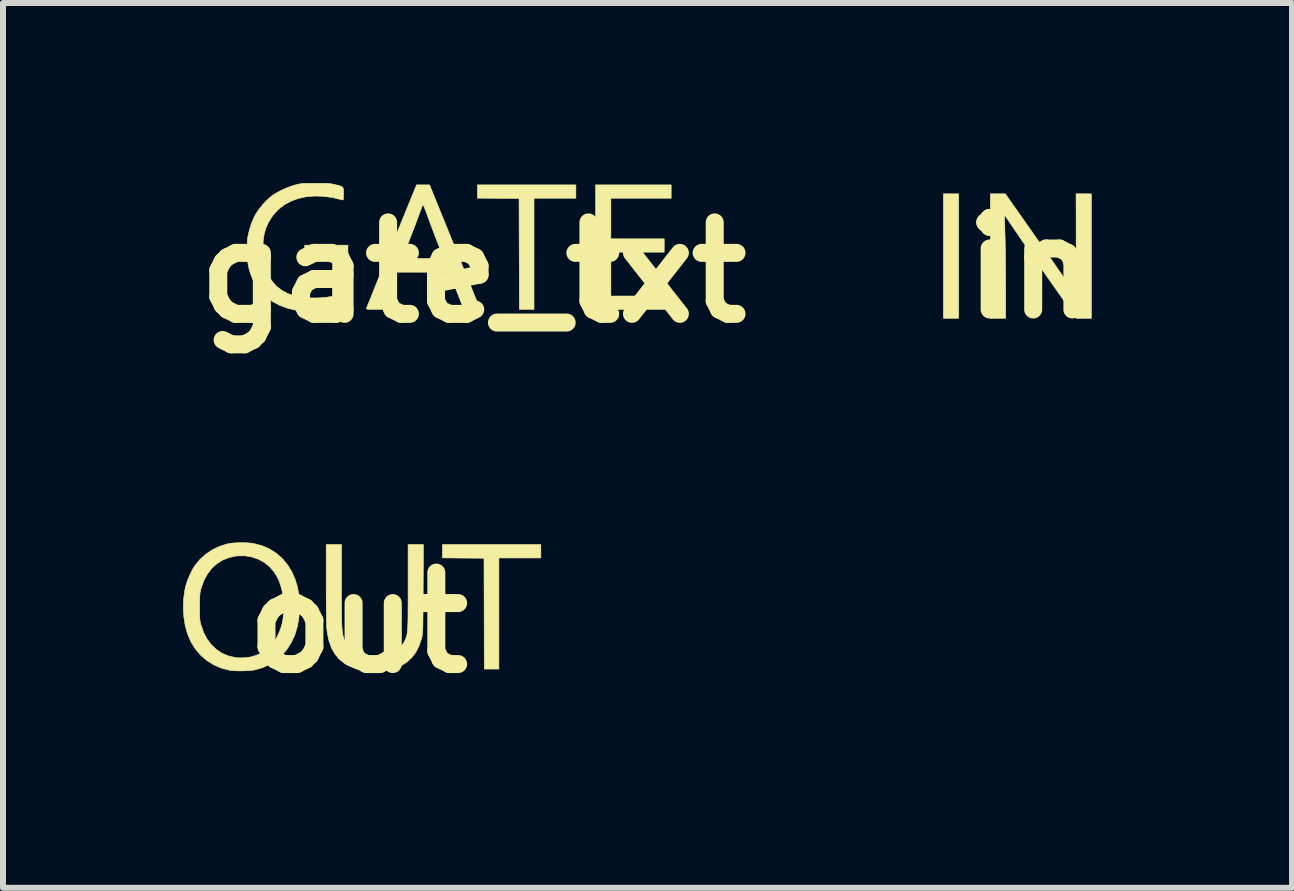
<source format=kicad_pcb>
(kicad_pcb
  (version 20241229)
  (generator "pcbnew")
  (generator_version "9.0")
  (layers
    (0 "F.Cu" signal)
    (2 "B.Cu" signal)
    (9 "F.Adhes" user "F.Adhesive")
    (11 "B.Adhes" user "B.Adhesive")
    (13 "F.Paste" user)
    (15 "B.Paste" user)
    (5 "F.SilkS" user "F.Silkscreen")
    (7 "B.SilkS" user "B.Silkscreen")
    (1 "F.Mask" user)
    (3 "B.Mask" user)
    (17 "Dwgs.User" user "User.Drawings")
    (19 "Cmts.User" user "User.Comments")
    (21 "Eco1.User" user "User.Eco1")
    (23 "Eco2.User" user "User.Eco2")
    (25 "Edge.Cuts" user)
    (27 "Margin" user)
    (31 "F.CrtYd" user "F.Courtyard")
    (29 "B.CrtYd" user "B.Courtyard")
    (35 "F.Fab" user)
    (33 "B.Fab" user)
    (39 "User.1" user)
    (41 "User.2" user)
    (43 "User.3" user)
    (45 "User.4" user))
  (footprint "in"
    (layer "F.Cu")
    (at 14.132 1.418)
    (property "Reference" "in" (at 0 0 0) (layer "F.SilkS") (effects (font (size 1.524 1.524) (thickness 0.3))))
    (attr through_hole)
    (fp_poly (pts (xy -1.206 0.836) (xy -1.46 0.836) (xy -1.46 -1.238) (xy -1.206 -1.238) (xy -1.206 0.836)) (stroke (width 0.01) (type solid)) (fill yes) (layer "F.SilkS"))
    (fp_poly (pts (xy 1.005 0.836) (xy 0.756 0.836) (xy 0.333 0.236) (xy 0.256 0.126) (xy 0.178 0.015) (xy 0.101 -0.095) (xy 0.026 -0.203) (xy -0.045 -0.305) (xy -0.11 -0.4) (xy -0.168 -0.485) (xy -0.218 -0.558) (xy -0.258 -0.616) (xy -0.264 -0.626) (xy -0.308 -0.692) (xy -0.349 -0.751) (xy -0.383 -0.802) (xy -0.411 -0.843) (xy -0.431 -0.871) (xy -0.441 -0.884) (xy -0.442 -0.885) (xy -0.442 -0.874) (xy -0.442 -0.844) (xy -0.441 -0.799) (xy -0.439 -0.741) (xy -0.437 -0.671) (xy -0.435 -0.594) (xy -0.434 -0.57) (xy -0.432 -0.495) (xy -0.43 -0.402) (xy -0.428 -0.295) (xy -0.426 -0.179) (xy -0.425 -0.056) (xy -0.424 0.069) (xy -0.424 0.192) (xy -0.423 0.288) (xy -0.423 0.836) (xy -0.677 0.836) (xy -0.677 -1.238) (xy -0.429 -1.238) (xy 0.005 -0.622) (xy 0.082 -0.512) (xy 0.16 -0.401) (xy 0.236 -0.291) (xy 0.311 -0.184) (xy 0.381 -0.083) (xy 0.446 0.011) (xy 0.503 0.094) (xy 0.552 0.166) (xy 0.591 0.223) (xy 0.602 0.241) (xy 0.645 0.304) (xy 0.683 0.361) (xy 0.717 0.41) (xy 0.743 0.448) (xy 0.761 0.473) (xy 0.769 0.483) (xy 0.769 0.483) (xy 0.77 0.472) (xy 0.77 0.442) (xy 0.769 0.398) (xy 0.767 0.341) (xy 0.764 0.274) (xy 0.762 0.221) (xy 0.76 0.16) (xy 0.758 0.081) (xy 0.757 -0.014) (xy 0.755 -0.12) (xy 0.754 -0.234) (xy 0.753 -0.354) (xy 0.752 -0.477) (xy 0.752 -0.599) (xy 0.752 -0.638) (xy 0.751 -1.238) (xy 1.005 -1.238) (xy 1.005 0.836)) (stroke (width 0.01) (type solid)) (fill yes) (layer "F.SilkS")))
  (footprint "out"
    (layer "F.Cu")
    (at 2.915 7.327)
    (property "Reference" "out" (at 0 0 0) (layer "F.SilkS") (effects (font (size 1.524 1.524) (thickness 0.3))))
    (attr through_hole)
    (fp_poly (pts (xy 3.048 -1.079) (xy 2.349 -1.079) (xy 2.349 0.773) (xy 2.106 0.773) (xy 2.101 -1.074) (xy 1.754 -1.077) (xy 1.408 -1.08) (xy 1.408 -1.302) (xy 3.048 -1.302) (xy 3.048 -1.079)) (stroke (width 0.01) (type solid)) (fill yes) (layer "F.SilkS"))
    (fp_poly (pts (xy -0.275 -0.611) (xy -0.275 -0.462) (xy -0.274 -0.332) (xy -0.274 -0.219) (xy -0.273 -0.123) (xy -0.271 -0.042) (xy -0.269 0.027) (xy -0.266 0.084) (xy -0.262 0.131) (xy -0.257 0.171) (xy -0.251 0.205) (xy -0.244 0.233) (xy -0.236 0.259) (xy -0.226 0.283) (xy -0.215 0.308) (xy -0.21 0.317) (xy -0.159 0.398) (xy -0.091 0.467) (xy -0.011 0.523) (xy 0.08 0.562) (xy 0.116 0.572) (xy 0.171 0.58) (xy 0.237 0.585) (xy 0.309 0.585) (xy 0.378 0.581) (xy 0.437 0.572) (xy 0.46 0.567) (xy 0.56 0.529) (xy 0.645 0.476) (xy 0.714 0.408) (xy 0.768 0.326) (xy 0.772 0.319) (xy 0.784 0.295) (xy 0.794 0.273) (xy 0.803 0.25) (xy 0.811 0.226) (xy 0.817 0.199) (xy 0.822 0.167) (xy 0.826 0.129) (xy 0.829 0.082) (xy 0.832 0.026) (xy 0.834 -0.042) (xy 0.835 -0.123) (xy 0.835 -0.219) (xy 0.836 -0.331) (xy 0.836 -0.461) (xy 0.836 -0.59) (xy 0.836 -1.302) (xy 1.091 -1.302) (xy 1.087 -0.564) (xy 1.087 -0.42) (xy 1.086 -0.297) (xy 1.085 -0.191) (xy 1.084 -0.101) (xy 1.083 -0.026) (xy 1.082 0.036) (xy 1.081 0.086) (xy 1.079 0.127) (xy 1.077 0.16) (xy 1.075 0.187) (xy 1.072 0.208) (xy 1.069 0.227) (xy 1.065 0.244) (xy 1.061 0.26) (xy 1.02 0.384) (xy 0.966 0.491) (xy 0.898 0.582) (xy 0.816 0.657) (xy 0.72 0.717) (xy 0.609 0.762) (xy 0.499 0.789) (xy 0.453 0.796) (xy 0.392 0.8) (xy 0.321 0.802) (xy 0.247 0.803) (xy 0.176 0.801) (xy 0.114 0.798) (xy 0.067 0.793) (xy 0.008 0.779) (xy -0.06 0.757) (xy -0.128 0.73) (xy -0.188 0.701) (xy -0.221 0.681) (xy -0.308 0.611) (xy -0.381 0.525) (xy -0.438 0.425) (xy -0.481 0.309) (xy -0.509 0.177) (xy -0.519 0.101) (xy -0.521 0.069) (xy -0.522 0.018) (xy -0.524 -0.049) (xy -0.525 -0.131) (xy -0.527 -0.225) (xy -0.528 -0.328) (xy -0.528 -0.439) (xy -0.529 -0.555) (xy -0.529 -0.659) (xy -0.529 -1.302) (xy -0.275 -1.302) (xy -0.275 -0.611)) (stroke (width 0.01) (type solid)) (fill yes) (layer "F.SilkS"))
    (fp_poly (pts (xy -1.851 -1.331) (xy -1.777 -1.325) (xy -1.734 -1.318) (xy -1.597 -1.282) (xy -1.472 -1.228) (xy -1.359 -1.156) (xy -1.26 -1.069) (xy -1.173 -0.964) (xy -1.1 -0.844) (xy -1.096 -0.835) (xy -1.045 -0.719) (xy -1.009 -0.599) (xy -0.986 -0.472) (xy -0.975 -0.333) (xy -0.974 -0.265) (xy -0.982 -0.098) (xy -1.008 0.057) (xy -1.05 0.2) (xy -1.11 0.33) (xy -1.186 0.448) (xy -1.248 0.521) (xy -1.349 0.614) (xy -1.462 0.689) (xy -1.584 0.747) (xy -1.715 0.786) (xy -1.733 0.789) (xy -1.782 0.796) (xy -1.845 0.8) (xy -1.916 0.803) (xy -1.989 0.803) (xy -2.057 0.801) (xy -2.115 0.796) (xy -2.143 0.792) (xy -2.277 0.757) (xy -2.401 0.703) (xy -2.516 0.632) (xy -2.618 0.544) (xy -2.706 0.442) (xy -2.78 0.325) (xy -2.787 0.309) (xy -2.84 0.185) (xy -2.878 0.049) (xy -2.901 -0.096) (xy -2.91 -0.246) (xy -2.91 -0.265) (xy -2.639 -0.265) (xy -2.639 -0.188) (xy -2.638 -0.129) (xy -2.637 -0.083) (xy -2.633 -0.047) (xy -2.629 -0.015) (xy -2.622 0.015) (xy -2.616 0.036) (xy -2.572 0.163) (xy -2.514 0.274) (xy -2.442 0.369) (xy -2.358 0.448) (xy -2.263 0.511) (xy -2.155 0.555) (xy -2.037 0.582) (xy -2.033 0.583) (xy -1.968 0.587) (xy -1.894 0.585) (xy -1.819 0.577) (xy -1.758 0.565) (xy -1.651 0.527) (xy -1.552 0.47) (xy -1.464 0.397) (xy -1.425 0.355) (xy -1.395 0.317) (xy -1.368 0.274) (xy -1.34 0.22) (xy -1.335 0.21) (xy -1.299 0.128) (xy -1.272 0.051) (xy -1.254 -0.028) (xy -1.242 -0.117) (xy -1.239 -0.154) (xy -1.235 -0.3) (xy -1.246 -0.441) (xy -1.273 -0.574) (xy -1.314 -0.697) (xy -1.339 -0.751) (xy -1.4 -0.851) (xy -1.476 -0.936) (xy -1.565 -1.007) (xy -1.664 -1.06) (xy -1.773 -1.097) (xy -1.888 -1.115) (xy -2.008 -1.113) (xy -2.031 -1.111) (xy -2.148 -1.086) (xy -2.255 -1.044) (xy -2.351 -0.983) (xy -2.436 -0.906) (xy -2.508 -0.812) (xy -2.567 -0.703) (xy -2.612 -0.578) (xy -2.617 -0.563) (xy -2.624 -0.532) (xy -2.63 -0.501) (xy -2.634 -0.467) (xy -2.637 -0.426) (xy -2.639 -0.373) (xy -2.639 -0.305) (xy -2.639 -0.265) (xy -2.91 -0.265) (xy -2.905 -0.398) (xy -2.884 -0.547) (xy -2.867 -0.619) (xy -2.848 -0.683) (xy -2.819 -0.755) (xy -2.786 -0.828) (xy -2.752 -0.895) (xy -2.721 -0.946) (xy -2.638 -1.048) (xy -2.539 -1.138) (xy -2.429 -1.213) (xy -2.308 -1.271) (xy -2.181 -1.312) (xy -2.157 -1.317) (xy -2.094 -1.326) (xy -2.017 -1.331) (xy -1.934 -1.333) (xy -1.851 -1.331)) (stroke (width 0.01) (type solid)) (fill yes) (layer "F.SilkS")))
  (footprint "gate_txt"
    (layer "F.Cu")
    (at 4.833 1.491)
    (property "Reference" "gate_txt" (at 0 0 0) (layer "F.SilkS") (effects (font (size 1.524 1.524) (thickness 0.3))))
    (attr through_hole)
    (fp_poly (pts (xy 1.714 -1.238) (xy 1.016 -1.238) (xy 1.016 0.614) (xy 0.773 0.614) (xy 0.77 -0.31) (xy 0.767 -1.233) (xy 0.421 -1.236) (xy 0.074 -1.239) (xy 0.074 -1.46) (xy 1.714 -1.46) (xy 1.714 -1.238)) (stroke (width 0.01) (type solid)) (fill yes) (layer "F.SilkS"))
    (fp_poly (pts (xy 3.302 -1.238) (xy 2.297 -1.238) (xy 2.297 -0.561) (xy 3.186 -0.561) (xy 3.186 -0.339) (xy 2.297 -0.339) (xy 2.297 0.392) (xy 3.355 0.392) (xy 3.355 0.614) (xy 2.043 0.614) (xy 2.043 -1.46) (xy 3.302 -1.46) (xy 3.302 -1.238)) (stroke (width 0.01) (type solid)) (fill yes) (layer "F.SilkS"))
    (fp_poly (pts (xy -0.725 -1.46) (xy -0.307 -0.433) (xy -0.25 -0.293) (xy -0.195 -0.158) (xy -0.143 -0.03) (xy -0.094 0.09) (xy -0.049 0.2) (xy -0.008 0.3) (xy 0.027 0.388) (xy 0.058 0.463) (xy 0.082 0.523) (xy 0.1 0.568) (xy 0.111 0.595) (xy 0.115 0.604) (xy 0.106 0.608) (xy 0.079 0.611) (xy 0.035 0.613) (xy -0.018 0.613) (xy -0.153 0.613) (xy -0.276 0.304) (xy -0.398 -0.005) (xy -1.273 -0.005) (xy -1.395 0.304) (xy -1.517 0.614) (xy -1.649 0.614) (xy -1.703 0.614) (xy -1.74 0.613) (xy -1.763 0.61) (xy -1.774 0.606) (xy -1.776 0.6) (xy -1.775 0.595) (xy -1.771 0.584) (xy -1.759 0.554) (xy -1.741 0.508) (xy -1.716 0.448) (xy -1.686 0.374) (xy -1.652 0.288) (xy -1.613 0.192) (xy -1.571 0.088) (xy -1.526 -0.022) (xy -1.479 -0.138) (xy -1.437 -0.242) (xy -1.175 -0.242) (xy -1.165 -0.24) (xy -1.135 -0.238) (xy -1.089 -0.236) (xy -1.027 -0.234) (xy -0.953 -0.233) (xy -0.868 -0.233) (xy -0.835 -0.233) (xy -0.495 -0.233) (xy -0.5 -0.257) (xy -0.505 -0.273) (xy -0.517 -0.306) (xy -0.535 -0.352) (xy -0.556 -0.41) (xy -0.581 -0.475) (xy -0.601 -0.526) (xy -0.633 -0.608) (xy -0.666 -0.696) (xy -0.7 -0.785) (xy -0.731 -0.869) (xy -0.757 -0.94) (xy -0.763 -0.958) (xy -0.786 -1.021) (xy -0.806 -1.072) (xy -0.822 -1.109) (xy -0.833 -1.128) (xy -0.837 -1.13) (xy -0.843 -1.116) (xy -0.855 -1.086) (xy -0.871 -1.042) (xy -0.891 -0.989) (xy -0.91 -0.937) (xy -0.934 -0.873) (xy -0.963 -0.795) (xy -0.996 -0.709) (xy -1.03 -0.621) (xy -1.063 -0.536) (xy -1.075 -0.504) (xy -1.102 -0.436) (xy -1.126 -0.373) (xy -1.147 -0.32) (xy -1.162 -0.279) (xy -1.172 -0.252) (xy -1.175 -0.242) (xy -1.437 -0.242) (xy -1.43 -0.258) (xy -1.381 -0.38) (xy -1.331 -0.502) (xy -1.282 -0.623) (xy -1.234 -0.741) (xy -1.188 -0.855) (xy -1.144 -0.962) (xy -1.103 -1.063) (xy -1.066 -1.154) (xy -1.033 -1.234) (xy -1.005 -1.302) (xy -0.983 -1.356) (xy -0.972 -1.384) (xy -0.94 -1.46) (xy -0.725 -1.46)) (stroke (width 0.01) (type solid)) (fill yes) (layer "F.SilkS"))
    (fp_poly (pts (xy -2.544 -1.486) (xy -2.482 -1.485) (xy -2.432 -1.484) (xy -2.393 -1.481) (xy -2.359 -1.477) (xy -2.328 -1.471) (xy -2.295 -1.463) (xy -2.293 -1.463) (xy -2.239 -1.449) (xy -2.202 -1.438) (xy -2.178 -1.425) (xy -2.165 -1.408) (xy -2.16 -1.381) (xy -2.159 -1.343) (xy -2.159 -1.311) (xy -2.159 -1.263) (xy -2.16 -1.232) (xy -2.163 -1.215) (xy -2.169 -1.209) (xy -2.177 -1.209) (xy -2.183 -1.211) (xy -2.342 -1.249) (xy -2.496 -1.27) (xy -2.643 -1.274) (xy -2.783 -1.262) (xy -2.914 -1.233) (xy -3.036 -1.188) (xy -3.146 -1.128) (xy -3.243 -1.052) (xy -3.327 -0.961) (xy -3.357 -0.92) (xy -3.411 -0.831) (xy -3.452 -0.74) (xy -3.48 -0.644) (xy -3.496 -0.538) (xy -3.502 -0.42) (xy -3.5 -0.341) (xy -3.494 -0.246) (xy -3.484 -0.165) (xy -3.468 -0.094) (xy -3.445 -0.027) (xy -3.413 0.042) (xy -3.407 0.053) (xy -3.346 0.15) (xy -3.272 0.232) (xy -3.184 0.3) (xy -3.08 0.354) (xy -2.961 0.394) (xy -2.904 0.408) (xy -2.852 0.416) (xy -2.783 0.421) (xy -2.706 0.424) (xy -2.625 0.425) (xy -2.545 0.422) (xy -2.474 0.417) (xy -2.418 0.41) (xy -2.344 0.397) (xy -2.341 0.087) (xy -2.339 -0.222) (xy -2.805 -0.222) (xy -2.805 -0.455) (xy -2.085 -0.455) (xy -2.09 0.553) (xy -2.133 0.569) (xy -2.16 0.577) (xy -2.202 0.588) (xy -2.253 0.601) (xy -2.297 0.611) (xy -2.343 0.62) (xy -2.387 0.627) (xy -2.432 0.632) (xy -2.483 0.636) (xy -2.545 0.639) (xy -2.623 0.641) (xy -2.641 0.641) (xy -2.734 0.642) (xy -2.809 0.641) (xy -2.871 0.638) (xy -2.921 0.634) (xy -2.951 0.629) (xy -3.089 0.596) (xy -3.219 0.548) (xy -3.338 0.486) (xy -3.442 0.41) (xy -3.473 0.383) (xy -3.555 0.298) (xy -3.62 0.209) (xy -3.672 0.113) (xy -3.714 0.004) (xy -3.733 -0.063) (xy -3.75 -0.145) (xy -3.761 -0.241) (xy -3.766 -0.343) (xy -3.766 -0.445) (xy -3.76 -0.54) (xy -3.753 -0.593) (xy -3.728 -0.704) (xy -3.693 -0.815) (xy -3.65 -0.917) (xy -3.613 -0.986) (xy -3.565 -1.056) (xy -3.506 -1.129) (xy -3.44 -1.199) (xy -3.375 -1.259) (xy -3.338 -1.287) (xy -3.266 -1.332) (xy -3.18 -1.377) (xy -3.087 -1.417) (xy -2.996 -1.449) (xy -2.966 -1.458) (xy -2.931 -1.467) (xy -2.9 -1.474) (xy -2.87 -1.479) (xy -2.836 -1.482) (xy -2.794 -1.484) (xy -2.741 -1.486) (xy -2.674 -1.486) (xy -2.625 -1.486) (xy -2.544 -1.486)) (stroke (width 0.01) (type solid)) (fill yes) (layer "F.SilkS")))
  (gr_rect
    (start -3 -3)
    (end 18.482 11.745)
    (stroke (width 0.1) (type default))
    (fill no)
    (layer "Edge.Cuts")))
</source>
